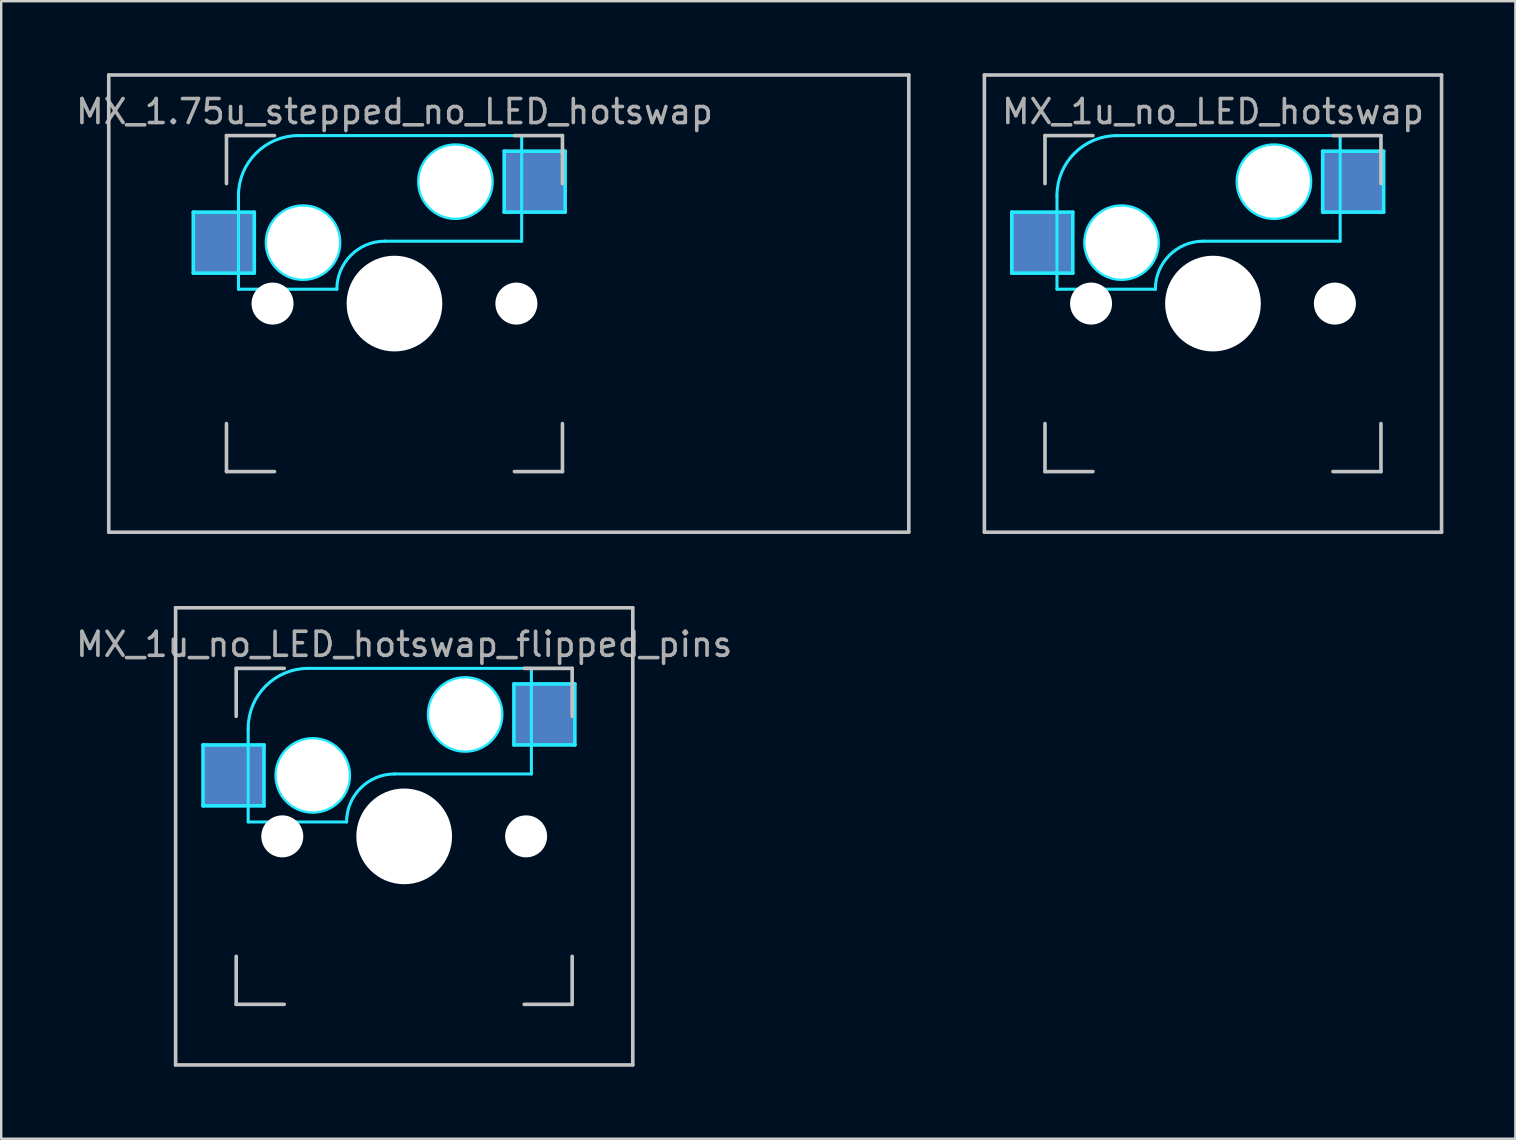
<source format=kicad_pcb>
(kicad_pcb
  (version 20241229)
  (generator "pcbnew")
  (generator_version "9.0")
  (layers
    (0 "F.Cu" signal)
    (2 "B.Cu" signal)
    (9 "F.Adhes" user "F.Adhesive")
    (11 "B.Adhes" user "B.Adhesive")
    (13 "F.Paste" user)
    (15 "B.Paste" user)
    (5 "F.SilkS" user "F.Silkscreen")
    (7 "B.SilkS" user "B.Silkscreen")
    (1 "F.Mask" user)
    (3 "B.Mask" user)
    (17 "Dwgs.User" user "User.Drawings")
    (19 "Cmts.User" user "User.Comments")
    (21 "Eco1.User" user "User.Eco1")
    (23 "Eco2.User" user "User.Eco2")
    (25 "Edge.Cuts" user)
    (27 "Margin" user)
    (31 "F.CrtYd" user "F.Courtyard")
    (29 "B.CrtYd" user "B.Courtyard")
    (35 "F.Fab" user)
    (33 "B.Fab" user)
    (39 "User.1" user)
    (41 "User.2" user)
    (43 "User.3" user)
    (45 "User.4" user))
  (footprint "MX_1u_no_LED_hotswap_flipped_pins"
    (layer "F.Cu")
    (at 13.792 31.8)
    (property "Reference" "MX_1u_no_LED_hotswap_flipped_pins" (at 0 -8 0) (layer "F.Fab") (effects (font (size 1 1) (thickness 0.15))))
    (attr through_hole)
    (fp_line (start -9.525 -9.525) (end 9.525 -9.525) (stroke (width 0.15) (type solid)) (layer "Dwgs.User"))
    (fp_line (start -9.525 9.525) (end -9.525 -9.525) (stroke (width 0.15) (type solid)) (layer "Dwgs.User"))
    (fp_line (start -7 -7) (end -7 -5) (stroke (width 0.15) (type solid)) (layer "Dwgs.User"))
    (fp_line (start -7 5) (end -7 7) (stroke (width 0.15) (type solid)) (layer "Dwgs.User"))
    (fp_line (start -7 7) (end -5 7) (stroke (width 0.15) (type solid)) (layer "Dwgs.User"))
    (fp_line (start -5 -7) (end -7 -7) (stroke (width 0.15) (type solid)) (layer "Dwgs.User"))
    (fp_line (start 5 -7) (end 7 -7) (stroke (width 0.15) (type solid)) (layer "Dwgs.User"))
    (fp_line (start 5 7) (end 7 7) (stroke (width 0.15) (type solid)) (layer "Dwgs.User"))
    (fp_line (start 7 -7) (end 7 -5) (stroke (width 0.15) (type solid)) (layer "Dwgs.User"))
    (fp_line (start 7 7) (end 7 5) (stroke (width 0.15) (type solid)) (layer "Dwgs.User"))
    (fp_line (start 9.525 -9.525) (end 9.525 9.525) (stroke (width 0.15) (type solid)) (layer "Dwgs.User"))
    (fp_line (start 9.525 9.525) (end -9.525 9.525) (stroke (width 0.15) (type solid)) (layer "Dwgs.User"))
    (fp_line (start -8.382 -3.81) (end -8.382 -1.27) (stroke (width 0.15) (type solid)) (layer "B.CrtYd"))
    (fp_line (start -8.382 -1.27) (end -5.842 -1.27) (stroke (width 0.15) (type solid)) (layer "B.CrtYd"))
    (fp_line (start -6.5 -4.5) (end -6.5 -0.6) (stroke (width 0.127) (type solid)) (layer "B.CrtYd"))
    (fp_line (start -6.5 -0.6) (end -2.4 -0.6) (stroke (width 0.127) (type solid)) (layer "B.CrtYd"))
    (fp_line (start -5.842 -3.81) (end -8.382 -3.81) (stroke (width 0.15) (type solid)) (layer "B.CrtYd"))
    (fp_line (start -5.842 -1.27) (end -5.842 -3.81) (stroke (width 0.15) (type solid)) (layer "B.CrtYd"))
    (fp_line (start -0.4 -2.6) (end 5.3 -2.6) (stroke (width 0.127) (type solid)) (layer "B.CrtYd"))
    (fp_line (start 4.572 -6.35) (end 7.112 -6.35) (stroke (width 0.15) (type solid)) (layer "B.CrtYd"))
    (fp_line (start 4.572 -3.81) (end 4.572 -6.35) (stroke (width 0.15) (type solid)) (layer "B.CrtYd"))
    (fp_line (start 5.3 -7) (end -4 -7) (stroke (width 0.127) (type solid)) (layer "B.CrtYd"))
    (fp_line (start 5.3 -7) (end 5.3 -2.6) (stroke (width 0.127) (type solid)) (layer "B.CrtYd"))
    (fp_line (start 7.112 -6.35) (end 7.112 -3.81) (stroke (width 0.15) (type solid)) (layer "B.CrtYd"))
    (fp_line (start 7.112 -3.81) (end 4.572 -3.81) (stroke (width 0.15) (type solid)) (layer "B.CrtYd"))
    (fp_arc (start -6.5 -4.5) (mid -5.767767 -6.267767) (end -4 -7) (stroke (width 0.127) (type solid)) (layer "B.CrtYd"))
    (fp_arc (start -2.4 -0.6) (mid -1.814214 -2.014214) (end -0.4 -2.6) (stroke (width 0.127) (type solid)) (layer "B.CrtYd"))
    (fp_circle (center -3.81 -2.54) (end -3.81 -4.064) (stroke (width 0.15) (type solid)) (fill no) (layer "B.CrtYd"))
    (fp_circle (center 2.54 -5.08) (end 2.54 -6.604) (stroke (width 0.15) (type solid)) (fill no) (layer "B.CrtYd"))
    (pad "" np_thru_hole circle (at -5.08 0 48.1) (size 1.75 1.75) (drill 1.75) (layers "*.Cu" "*.Mask"))
    (pad "" np_thru_hole circle (at -3.81 -2.54) (size 3 3) (drill 3) (layers "*.Cu" "*.Mask"))
    (pad "" np_thru_hole circle (at 0 0) (size 3.988 3.988) (drill 3.988) (layers "*.Cu" "*.Mask"))
    (pad "" np_thru_hole circle (at 2.54 -5.08) (size 3 3) (drill 3) (layers "*.Cu" "*.Mask"))
    (pad "" np_thru_hole circle (at 5.08 0 48.1) (size 1.75 1.75) (drill 1.75) (layers "*.Cu" "*.Mask"))
    (pad "1" smd rect (at -7.085 -2.54) (size 2.55 2.5) (layers "B.Cu" "B.Mask"))
    (pad "2" smd rect (at 5.842 -5.08) (size 2.55 2.5) (layers "B.Cu" "B.Mask")))
  (footprint "MX_1.75u_stepped_no_LED_hotswap"
    (layer "F.Cu")
    (at 13.387 9.6)
    (property "Reference" "MX_1.75u_stepped_no_LED_hotswap" (at 0 -8 0) (layer "F.Fab") (effects (font (size 1 1) (thickness 0.15))))
    (attr through_hole)
    (fp_line (start -11.906 -9.525) (end 21.431 -9.525) (stroke (width 0.15) (type solid)) (layer "Dwgs.User"))
    (fp_line (start -11.906 9.525) (end -11.906 -9.525) (stroke (width 0.15) (type solid)) (layer "Dwgs.User"))
    (fp_line (start -7 -7) (end -7 -5) (stroke (width 0.15) (type solid)) (layer "Dwgs.User"))
    (fp_line (start -7 5) (end -7 7) (stroke (width 0.15) (type solid)) (layer "Dwgs.User"))
    (fp_line (start -7 7) (end -5 7) (stroke (width 0.15) (type solid)) (layer "Dwgs.User"))
    (fp_line (start -5 -7) (end -7 -7) (stroke (width 0.15) (type solid)) (layer "Dwgs.User"))
    (fp_line (start 5 -7) (end 7 -7) (stroke (width 0.15) (type solid)) (layer "Dwgs.User"))
    (fp_line (start 5 7) (end 7 7) (stroke (width 0.15) (type solid)) (layer "Dwgs.User"))
    (fp_line (start 7 -7) (end 7 -5) (stroke (width 0.15) (type solid)) (layer "Dwgs.User"))
    (fp_line (start 7 7) (end 7 5) (stroke (width 0.15) (type solid)) (layer "Dwgs.User"))
    (fp_line (start 21.431 -9.525) (end 21.431 9.525) (stroke (width 0.15) (type solid)) (layer "Dwgs.User"))
    (fp_line (start 21.431 9.525) (end -11.906 9.525) (stroke (width 0.15) (type solid)) (layer "Dwgs.User"))
    (fp_line (start -8.382 -3.81) (end -8.382 -1.27) (stroke (width 0.15) (type solid)) (layer "B.CrtYd"))
    (fp_line (start -8.382 -1.27) (end -5.842 -1.27) (stroke (width 0.15) (type solid)) (layer "B.CrtYd"))
    (fp_line (start -6.5 -4.5) (end -6.5 -0.6) (stroke (width 0.127) (type solid)) (layer "B.CrtYd"))
    (fp_line (start -6.5 -0.6) (end -2.4 -0.6) (stroke (width 0.127) (type solid)) (layer "B.CrtYd"))
    (fp_line (start -5.842 -3.81) (end -8.382 -3.81) (stroke (width 0.15) (type solid)) (layer "B.CrtYd"))
    (fp_line (start -5.842 -1.27) (end -5.842 -3.81) (stroke (width 0.15) (type solid)) (layer "B.CrtYd"))
    (fp_line (start -0.4 -2.6) (end 5.3 -2.6) (stroke (width 0.127) (type solid)) (layer "B.CrtYd"))
    (fp_line (start 4.572 -6.35) (end 7.112 -6.35) (stroke (width 0.15) (type solid)) (layer "B.CrtYd"))
    (fp_line (start 4.572 -3.81) (end 4.572 -6.35) (stroke (width 0.15) (type solid)) (layer "B.CrtYd"))
    (fp_line (start 5.3 -7) (end -4 -7) (stroke (width 0.127) (type solid)) (layer "B.CrtYd"))
    (fp_line (start 5.3 -7) (end 5.3 -2.6) (stroke (width 0.127) (type solid)) (layer "B.CrtYd"))
    (fp_line (start 7.112 -6.35) (end 7.112 -3.81) (stroke (width 0.15) (type solid)) (layer "B.CrtYd"))
    (fp_line (start 7.112 -3.81) (end 4.572 -3.81) (stroke (width 0.15) (type solid)) (layer "B.CrtYd"))
    (fp_arc (start -6.5 -4.5) (mid -5.767767 -6.267767) (end -4 -7) (stroke (width 0.127) (type solid)) (layer "B.CrtYd"))
    (fp_arc (start -2.4 -0.6) (mid -1.814214 -2.014214) (end -0.4 -2.6) (stroke (width 0.127) (type solid)) (layer "B.CrtYd"))
    (fp_circle (center -3.81 -2.54) (end -3.81 -4.064) (stroke (width 0.15) (type solid)) (fill no) (layer "B.CrtYd"))
    (fp_circle (center 2.54 -5.08) (end 2.54 -6.604) (stroke (width 0.15) (type solid)) (fill no) (layer "B.CrtYd"))
    (fp_text user "Stepped" (at 0 4.763 0) (layer "F.Mask") (effects (font (size 1 1) (thickness 0.15))))
    (pad "" np_thru_hole circle (at -5.08 0 48.1) (size 1.75 1.75) (drill 1.75) (layers "*.Cu" "*.Mask"))
    (pad "" np_thru_hole circle (at -3.81 -2.54) (size 3 3) (drill 3) (layers "*.Cu" "*.Mask"))
    (pad "" np_thru_hole circle (at 0 0 270) (size 3.988 3.988) (drill 3.988) (layers "*.Cu" "*.Mask"))
    (pad "" np_thru_hole circle (at 2.54 -5.08) (size 3 3) (drill 3) (layers "*.Cu" "*.Mask"))
    (pad "" np_thru_hole circle (at 5.08 0 48.1) (size 1.75 1.75) (drill 1.75) (layers "*.Cu" "*.Mask"))
    (pad "1" smd rect (at 5.842 -5.08) (size 2.55 2.5) (layers "B.Cu" "B.Mask"))
    (pad "2" smd rect (at -7.085 -2.54) (size 2.55 2.5) (layers "B.Cu" "B.Mask")))
  (footprint "MX_1u_no_LED_hotswap"
    (layer "F.Cu")
    (at 47.493 9.6)
    (property "Reference" "MX_1u_no_LED_hotswap" (at 0 -8 0) (layer "F.Fab") (effects (font (size 1 1) (thickness 0.15))))
    (attr through_hole)
    (fp_line (start -9.525 -9.525) (end 9.525 -9.525) (stroke (width 0.15) (type solid)) (layer "Dwgs.User"))
    (fp_line (start -9.525 9.525) (end -9.525 -9.525) (stroke (width 0.15) (type solid)) (layer "Dwgs.User"))
    (fp_line (start -7 -7) (end -7 -5) (stroke (width 0.15) (type solid)) (layer "Dwgs.User"))
    (fp_line (start -7 5) (end -7 7) (stroke (width 0.15) (type solid)) (layer "Dwgs.User"))
    (fp_line (start -7 7) (end -5 7) (stroke (width 0.15) (type solid)) (layer "Dwgs.User"))
    (fp_line (start -5 -7) (end -7 -7) (stroke (width 0.15) (type solid)) (layer "Dwgs.User"))
    (fp_line (start 5 -7) (end 7 -7) (stroke (width 0.15) (type solid)) (layer "Dwgs.User"))
    (fp_line (start 5 7) (end 7 7) (stroke (width 0.15) (type solid)) (layer "Dwgs.User"))
    (fp_line (start 7 -7) (end 7 -5) (stroke (width 0.15) (type solid)) (layer "Dwgs.User"))
    (fp_line (start 7 7) (end 7 5) (stroke (width 0.15) (type solid)) (layer "Dwgs.User"))
    (fp_line (start 9.525 -9.525) (end 9.525 9.525) (stroke (width 0.15) (type solid)) (layer "Dwgs.User"))
    (fp_line (start 9.525 9.525) (end -9.525 9.525) (stroke (width 0.15) (type solid)) (layer "Dwgs.User"))
    (fp_line (start -8.382 -3.81) (end -8.382 -1.27) (stroke (width 0.15) (type solid)) (layer "B.CrtYd"))
    (fp_line (start -8.382 -1.27) (end -5.842 -1.27) (stroke (width 0.15) (type solid)) (layer "B.CrtYd"))
    (fp_line (start -6.5 -4.5) (end -6.5 -0.6) (stroke (width 0.127) (type solid)) (layer "B.CrtYd"))
    (fp_line (start -6.5 -0.6) (end -2.4 -0.6) (stroke (width 0.127) (type solid)) (layer "B.CrtYd"))
    (fp_line (start -5.842 -3.81) (end -8.382 -3.81) (stroke (width 0.15) (type solid)) (layer "B.CrtYd"))
    (fp_line (start -5.842 -1.27) (end -5.842 -3.81) (stroke (width 0.15) (type solid)) (layer "B.CrtYd"))
    (fp_line (start -0.4 -2.6) (end 5.3 -2.6) (stroke (width 0.127) (type solid)) (layer "B.CrtYd"))
    (fp_line (start 4.572 -6.35) (end 7.112 -6.35) (stroke (width 0.15) (type solid)) (layer "B.CrtYd"))
    (fp_line (start 4.572 -3.81) (end 4.572 -6.35) (stroke (width 0.15) (type solid)) (layer "B.CrtYd"))
    (fp_line (start 5.3 -7) (end -4 -7) (stroke (width 0.127) (type solid)) (layer "B.CrtYd"))
    (fp_line (start 5.3 -7) (end 5.3 -2.6) (stroke (width 0.127) (type solid)) (layer "B.CrtYd"))
    (fp_line (start 7.112 -6.35) (end 7.112 -3.81) (stroke (width 0.15) (type solid)) (layer "B.CrtYd"))
    (fp_line (start 7.112 -3.81) (end 4.572 -3.81) (stroke (width 0.15) (type solid)) (layer "B.CrtYd"))
    (fp_arc (start -6.5 -4.5) (mid -5.767767 -6.267767) (end -4 -7) (stroke (width 0.127) (type solid)) (layer "B.CrtYd"))
    (fp_arc (start -2.4 -0.6) (mid -1.814214 -2.014214) (end -0.4 -2.6) (stroke (width 0.127) (type solid)) (layer "B.CrtYd"))
    (fp_circle (center -3.81 -2.54) (end -3.81 -4.064) (stroke (width 0.15) (type solid)) (fill no) (layer "B.CrtYd"))
    (fp_circle (center 2.54 -5.08) (end 2.54 -6.604) (stroke (width 0.15) (type solid)) (fill no) (layer "B.CrtYd"))
    (pad "" np_thru_hole circle (at -5.08 0 48.1) (size 1.75 1.75) (drill 1.75) (layers "*.Cu" "*.Mask"))
    (pad "" np_thru_hole circle (at -3.81 -2.54) (size 3 3) (drill 3) (layers "*.Cu" "*.Mask"))
    (pad "" np_thru_hole circle (at 0 0) (size 3.988 3.988) (drill 3.988) (layers "*.Cu" "*.Mask"))
    (pad "" np_thru_hole circle (at 2.54 -5.08) (size 3 3) (drill 3) (layers "*.Cu" "*.Mask"))
    (pad "" np_thru_hole circle (at 5.08 0 48.1) (size 1.75 1.75) (drill 1.75) (layers "*.Cu" "*.Mask"))
    (pad "1" smd rect (at 5.842 -5.08) (size 2.55 2.5) (layers "B.Cu" "B.Mask"))
    (pad "2" smd rect (at -7.085 -2.54) (size 2.55 2.5) (layers "B.Cu" "B.Mask")))
  (gr_rect
    (start -3 -3)
    (end 60.093 44.4)
    (stroke (width 0.1) (type default))
    (fill no)
    (layer "Edge.Cuts")))
</source>
